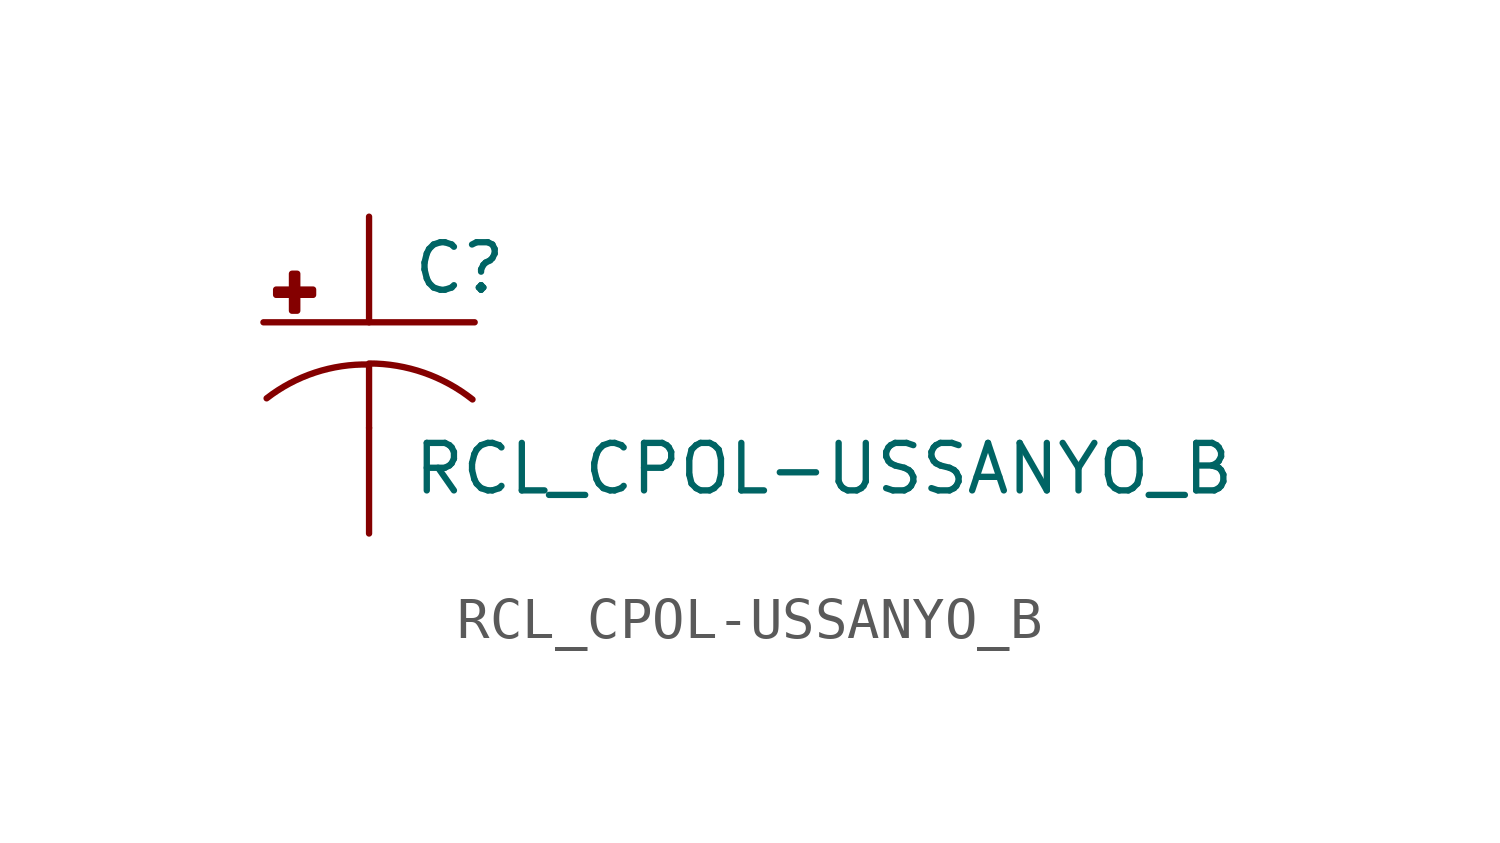
<source format=kicad_sym>
(kicad_symbol_lib
  (version 20210619)
  (generator kicad_symbol_editor)
  (symbol "RCL_CPOL-USSANYO_B"
    (pin_numbers hide)
    (pin_names
      (offset 1.016) hide)
    (property "Reference" "C"
      (at 1.016 0.635 0)
      (effects (font (size 1.143 1.143)) (justify left bottom)))
    (property "Value" "RCL_CPOL-USSANYO_B"
      (at 1.016 -4.191 0)
      (effects (font (size 1.143 1.143)) (justify left bottom)))
    (property "ki_locked" ""
      (at 0 0 0)
      (effects (font (size 1.27 1.27))))
    (symbol "RCL_CPOL-USSANYO_B_1_0"
      (polyline (pts (xy -2.54 0) (xy 2.54 0)) (stroke (width 0)) (fill (type none)))
      (polyline (pts (xy 0 -1.016) (xy 0 -2.54)) (stroke (width 0)) (fill (type none)))
      (polyline (pts (xy 0 -1.016) (xy 0 -1.016)) (stroke (width 0)) (fill (type none))))
    (symbol "RCL_CPOL-USSANYO_B_1_1"
      (arc (start 0 -1.016) (end -2.4638 -1.8288) (radius (at 0 -5.0546) (length 4.0386) (angles 90.1 127.3)) (stroke (width 0)) (fill (type none)))
      (arc (start 2.4892 -1.8542) (end 0 -0.9906) (radius (at 0 -5.0292) (length 4.0386) (angles 52.3 89.9)) (stroke (width 0)) (fill (type none)))
      (rectangle (start -2.235 0.66) (end -1.346 0.787) (stroke (width 0)) (fill (type outline)))
      (rectangle (start -1.854 0.279) (end -1.727 1.168) (stroke (width 0)) (fill (type outline)))
      (pin passive line (at 0 2.54 270) (length 2.54) (name "+" (effects (font (size 1.016 1.016)))) (number "+" (effects (font (size 1.016 1.016)))))
      (pin passive line (at 0 -5.08 90) (length 2.54) (name "-" (effects (font (size 1.016 1.016)))) (number "-" (effects (font (size 1.016 1.016))))))))
</source>
